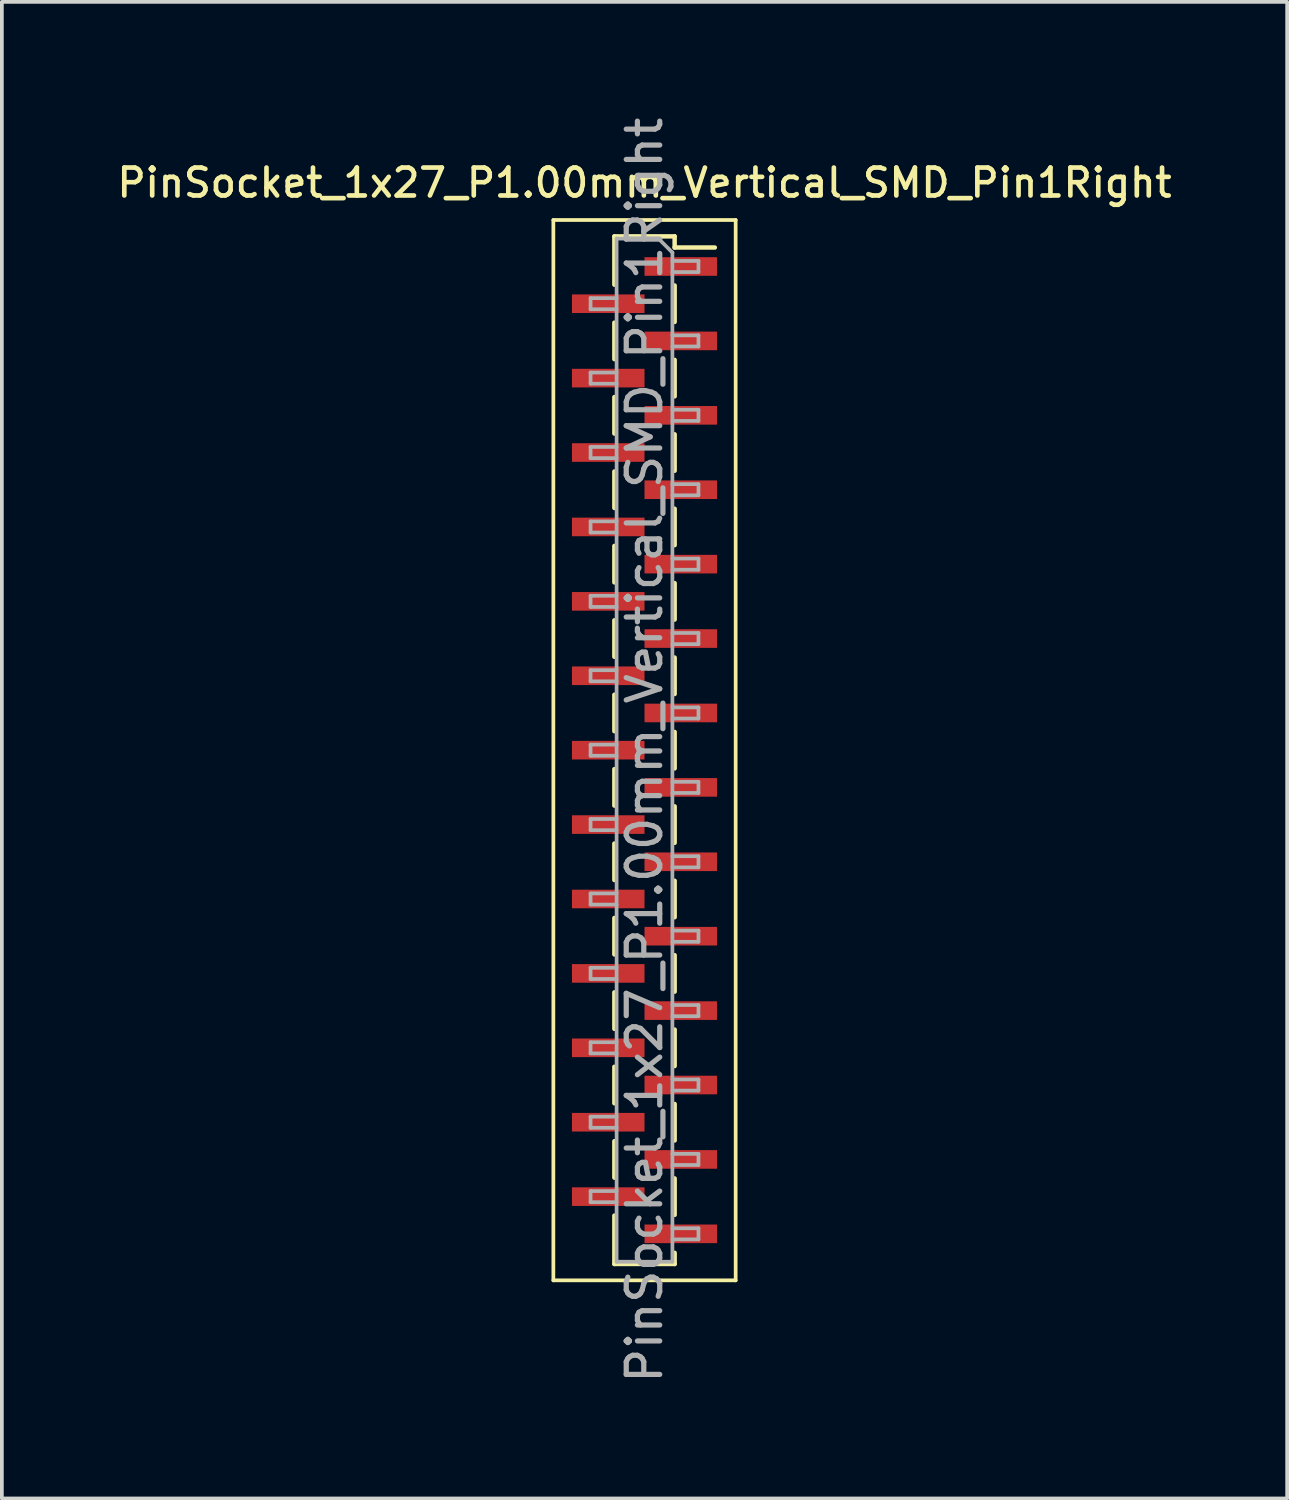
<source format=kicad_pcb>
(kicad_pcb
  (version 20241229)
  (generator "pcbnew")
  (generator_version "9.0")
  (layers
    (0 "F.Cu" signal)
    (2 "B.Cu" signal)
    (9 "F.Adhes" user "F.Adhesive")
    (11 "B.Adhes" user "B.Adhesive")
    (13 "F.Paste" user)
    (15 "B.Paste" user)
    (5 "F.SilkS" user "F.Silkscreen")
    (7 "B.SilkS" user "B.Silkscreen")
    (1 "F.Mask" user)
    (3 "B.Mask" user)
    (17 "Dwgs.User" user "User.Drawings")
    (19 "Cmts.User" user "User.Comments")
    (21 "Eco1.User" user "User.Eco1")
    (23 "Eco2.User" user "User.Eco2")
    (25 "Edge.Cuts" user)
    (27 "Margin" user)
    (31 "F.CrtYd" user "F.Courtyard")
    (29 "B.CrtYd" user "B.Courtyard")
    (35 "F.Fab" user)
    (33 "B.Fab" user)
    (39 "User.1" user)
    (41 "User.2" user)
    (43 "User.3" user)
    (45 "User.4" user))
  (footprint "PinSocket_1x27_P1.00mm_Vertical_SMD_Pin1Right"
    (layer "F.Cu")
    (at 14.273 17.113)
    (property "Reference" "PinSocket_1x27_P1.00mm_Vertical_SMD_Pin1Right" (at 0 -15.25 0) (layer "F.SilkS") (effects (font (size 0.75 0.75) (thickness 0.125))))
    (attr smd)
    (fp_line (start -2.45 -14.25) (end 2.45 -14.25) (stroke (width 0.1) (type solid)) (layer "F.SilkS"))
    (fp_line (start -2.45 14.25) (end -2.45 -14.25) (stroke (width 0.1) (type solid)) (layer "F.SilkS"))
    (fp_line (start -0.81 -13.81) (end -0.81 -12.51) (stroke (width 0.12) (type solid)) (layer "F.SilkS"))
    (fp_line (start -0.81 -13.81) (end 0.81 -13.81) (stroke (width 0.12) (type solid)) (layer "F.SilkS"))
    (fp_line (start -0.81 -11.49) (end -0.81 -10.51) (stroke (width 0.12) (type solid)) (layer "F.SilkS"))
    (fp_line (start -0.81 -9.49) (end -0.81 -8.51) (stroke (width 0.12) (type solid)) (layer "F.SilkS"))
    (fp_line (start -0.81 -7.49) (end -0.81 -6.51) (stroke (width 0.12) (type solid)) (layer "F.SilkS"))
    (fp_line (start -0.81 -5.49) (end -0.81 -4.51) (stroke (width 0.12) (type solid)) (layer "F.SilkS"))
    (fp_line (start -0.81 -3.49) (end -0.81 -2.51) (stroke (width 0.12) (type solid)) (layer "F.SilkS"))
    (fp_line (start -0.81 -1.49) (end -0.81 -0.51) (stroke (width 0.12) (type solid)) (layer "F.SilkS"))
    (fp_line (start -0.81 0.51) (end -0.81 1.49) (stroke (width 0.12) (type solid)) (layer "F.SilkS"))
    (fp_line (start -0.81 2.51) (end -0.81 3.49) (stroke (width 0.12) (type solid)) (layer "F.SilkS"))
    (fp_line (start -0.81 4.51) (end -0.81 5.49) (stroke (width 0.12) (type solid)) (layer "F.SilkS"))
    (fp_line (start -0.81 6.51) (end -0.81 7.49) (stroke (width 0.12) (type solid)) (layer "F.SilkS"))
    (fp_line (start -0.81 8.51) (end -0.81 9.49) (stroke (width 0.12) (type solid)) (layer "F.SilkS"))
    (fp_line (start -0.81 10.51) (end -0.81 11.49) (stroke (width 0.12) (type solid)) (layer "F.SilkS"))
    (fp_line (start -0.81 12.51) (end -0.81 13.81) (stroke (width 0.12) (type solid)) (layer "F.SilkS"))
    (fp_line (start -0.81 13.81) (end 0.81 13.81) (stroke (width 0.12) (type solid)) (layer "F.SilkS"))
    (fp_line (start 0.81 -13.81) (end 0.81 -13.51) (stroke (width 0.12) (type solid)) (layer "F.SilkS"))
    (fp_line (start 0.81 -13.51) (end 1.89 -13.51) (stroke (width 0.12) (type solid)) (layer "F.SilkS"))
    (fp_line (start 0.81 -12.49) (end 0.81 -11.51) (stroke (width 0.12) (type solid)) (layer "F.SilkS"))
    (fp_line (start 0.81 -10.49) (end 0.81 -9.51) (stroke (width 0.12) (type solid)) (layer "F.SilkS"))
    (fp_line (start 0.81 -8.49) (end 0.81 -7.51) (stroke (width 0.12) (type solid)) (layer "F.SilkS"))
    (fp_line (start 0.81 -6.49) (end 0.81 -5.51) (stroke (width 0.12) (type solid)) (layer "F.SilkS"))
    (fp_line (start 0.81 -4.49) (end 0.81 -3.51) (stroke (width 0.12) (type solid)) (layer "F.SilkS"))
    (fp_line (start 0.81 -2.49) (end 0.81 -1.51) (stroke (width 0.12) (type solid)) (layer "F.SilkS"))
    (fp_line (start 0.81 -0.49) (end 0.81 0.49) (stroke (width 0.12) (type solid)) (layer "F.SilkS"))
    (fp_line (start 0.81 1.51) (end 0.81 2.49) (stroke (width 0.12) (type solid)) (layer "F.SilkS"))
    (fp_line (start 0.81 3.51) (end 0.81 4.49) (stroke (width 0.12) (type solid)) (layer "F.SilkS"))
    (fp_line (start 0.81 5.51) (end 0.81 6.49) (stroke (width 0.12) (type solid)) (layer "F.SilkS"))
    (fp_line (start 0.81 7.51) (end 0.81 8.49) (stroke (width 0.12) (type solid)) (layer "F.SilkS"))
    (fp_line (start 0.81 9.51) (end 0.81 10.49) (stroke (width 0.12) (type solid)) (layer "F.SilkS"))
    (fp_line (start 0.81 11.51) (end 0.81 12.49) (stroke (width 0.12) (type solid)) (layer "F.SilkS"))
    (fp_line (start 0.81 13.51) (end 0.81 13.81) (stroke (width 0.12) (type solid)) (layer "F.SilkS"))
    (fp_line (start 2.45 -14.25) (end 2.45 14.25) (stroke (width 0.1) (type solid)) (layer "F.SilkS"))
    (fp_line (start 2.45 14.25) (end -2.45 14.25) (stroke (width 0.1) (type solid)) (layer "F.SilkS"))
    (fp_line (start -1.45 -12.15) (end -0.75 -12.15) (stroke (width 0.1) (type solid)) (layer "F.Fab"))
    (fp_line (start -1.45 -11.85) (end -1.45 -12.15) (stroke (width 0.1) (type solid)) (layer "F.Fab"))
    (fp_line (start -1.45 -10.15) (end -0.75 -10.15) (stroke (width 0.1) (type solid)) (layer "F.Fab"))
    (fp_line (start -1.45 -9.85) (end -1.45 -10.15) (stroke (width 0.1) (type solid)) (layer "F.Fab"))
    (fp_line (start -1.45 -8.15) (end -0.75 -8.15) (stroke (width 0.1) (type solid)) (layer "F.Fab"))
    (fp_line (start -1.45 -7.85) (end -1.45 -8.15) (stroke (width 0.1) (type solid)) (layer "F.Fab"))
    (fp_line (start -1.45 -6.15) (end -0.75 -6.15) (stroke (width 0.1) (type solid)) (layer "F.Fab"))
    (fp_line (start -1.45 -5.85) (end -1.45 -6.15) (stroke (width 0.1) (type solid)) (layer "F.Fab"))
    (fp_line (start -1.45 -4.15) (end -0.75 -4.15) (stroke (width 0.1) (type solid)) (layer "F.Fab"))
    (fp_line (start -1.45 -3.85) (end -1.45 -4.15) (stroke (width 0.1) (type solid)) (layer "F.Fab"))
    (fp_line (start -1.45 -2.15) (end -0.75 -2.15) (stroke (width 0.1) (type solid)) (layer "F.Fab"))
    (fp_line (start -1.45 -1.85) (end -1.45 -2.15) (stroke (width 0.1) (type solid)) (layer "F.Fab"))
    (fp_line (start -1.45 -0.15) (end -0.75 -0.15) (stroke (width 0.1) (type solid)) (layer "F.Fab"))
    (fp_line (start -1.45 0.15) (end -1.45 -0.15) (stroke (width 0.1) (type solid)) (layer "F.Fab"))
    (fp_line (start -1.45 1.85) (end -0.75 1.85) (stroke (width 0.1) (type solid)) (layer "F.Fab"))
    (fp_line (start -1.45 2.15) (end -1.45 1.85) (stroke (width 0.1) (type solid)) (layer "F.Fab"))
    (fp_line (start -1.45 3.85) (end -0.75 3.85) (stroke (width 0.1) (type solid)) (layer "F.Fab"))
    (fp_line (start -1.45 4.15) (end -1.45 3.85) (stroke (width 0.1) (type solid)) (layer "F.Fab"))
    (fp_line (start -1.45 5.85) (end -0.75 5.85) (stroke (width 0.1) (type solid)) (layer "F.Fab"))
    (fp_line (start -1.45 6.15) (end -1.45 5.85) (stroke (width 0.1) (type solid)) (layer "F.Fab"))
    (fp_line (start -1.45 7.85) (end -0.75 7.85) (stroke (width 0.1) (type solid)) (layer "F.Fab"))
    (fp_line (start -1.45 8.15) (end -1.45 7.85) (stroke (width 0.1) (type solid)) (layer "F.Fab"))
    (fp_line (start -1.45 9.85) (end -0.75 9.85) (stroke (width 0.1) (type solid)) (layer "F.Fab"))
    (fp_line (start -1.45 10.15) (end -1.45 9.85) (stroke (width 0.1) (type solid)) (layer "F.Fab"))
    (fp_line (start -1.45 11.85) (end -0.75 11.85) (stroke (width 0.1) (type solid)) (layer "F.Fab"))
    (fp_line (start -1.45 12.15) (end -1.45 11.85) (stroke (width 0.1) (type solid)) (layer "F.Fab"))
    (fp_line (start -0.75 -13.75) (end 0.375 -13.75) (stroke (width 0.1) (type solid)) (layer "F.Fab"))
    (fp_line (start -0.75 -11.85) (end -1.45 -11.85) (stroke (width 0.1) (type solid)) (layer "F.Fab"))
    (fp_line (start -0.75 -9.85) (end -1.45 -9.85) (stroke (width 0.1) (type solid)) (layer "F.Fab"))
    (fp_line (start -0.75 -7.85) (end -1.45 -7.85) (stroke (width 0.1) (type solid)) (layer "F.Fab"))
    (fp_line (start -0.75 -5.85) (end -1.45 -5.85) (stroke (width 0.1) (type solid)) (layer "F.Fab"))
    (fp_line (start -0.75 -3.85) (end -1.45 -3.85) (stroke (width 0.1) (type solid)) (layer "F.Fab"))
    (fp_line (start -0.75 -1.85) (end -1.45 -1.85) (stroke (width 0.1) (type solid)) (layer "F.Fab"))
    (fp_line (start -0.75 0.15) (end -1.45 0.15) (stroke (width 0.1) (type solid)) (layer "F.Fab"))
    (fp_line (start -0.75 2.15) (end -1.45 2.15) (stroke (width 0.1) (type solid)) (layer "F.Fab"))
    (fp_line (start -0.75 4.15) (end -1.45 4.15) (stroke (width 0.1) (type solid)) (layer "F.Fab"))
    (fp_line (start -0.75 6.15) (end -1.45 6.15) (stroke (width 0.1) (type solid)) (layer "F.Fab"))
    (fp_line (start -0.75 8.15) (end -1.45 8.15) (stroke (width 0.1) (type solid)) (layer "F.Fab"))
    (fp_line (start -0.75 10.15) (end -1.45 10.15) (stroke (width 0.1) (type solid)) (layer "F.Fab"))
    (fp_line (start -0.75 12.15) (end -1.45 12.15) (stroke (width 0.1) (type solid)) (layer "F.Fab"))
    (fp_line (start -0.75 13.75) (end -0.75 -13.75) (stroke (width 0.1) (type solid)) (layer "F.Fab"))
    (fp_line (start 0.375 -13.75) (end 0.75 -13.375) (stroke (width 0.1) (type solid)) (layer "F.Fab"))
    (fp_line (start 0.75 -13.375) (end 0.75 13.75) (stroke (width 0.1) (type solid)) (layer "F.Fab"))
    (fp_line (start 0.75 -13.15) (end 1.45 -13.15) (stroke (width 0.1) (type solid)) (layer "F.Fab"))
    (fp_line (start 0.75 -11.15) (end 1.45 -11.15) (stroke (width 0.1) (type solid)) (layer "F.Fab"))
    (fp_line (start 0.75 -9.15) (end 1.45 -9.15) (stroke (width 0.1) (type solid)) (layer "F.Fab"))
    (fp_line (start 0.75 -7.15) (end 1.45 -7.15) (stroke (width 0.1) (type solid)) (layer "F.Fab"))
    (fp_line (start 0.75 -5.15) (end 1.45 -5.15) (stroke (width 0.1) (type solid)) (layer "F.Fab"))
    (fp_line (start 0.75 -3.15) (end 1.45 -3.15) (stroke (width 0.1) (type solid)) (layer "F.Fab"))
    (fp_line (start 0.75 -1.15) (end 1.45 -1.15) (stroke (width 0.1) (type solid)) (layer "F.Fab"))
    (fp_line (start 0.75 0.85) (end 1.45 0.85) (stroke (width 0.1) (type solid)) (layer "F.Fab"))
    (fp_line (start 0.75 2.85) (end 1.45 2.85) (stroke (width 0.1) (type solid)) (layer "F.Fab"))
    (fp_line (start 0.75 4.85) (end 1.45 4.85) (stroke (width 0.1) (type solid)) (layer "F.Fab"))
    (fp_line (start 0.75 6.85) (end 1.45 6.85) (stroke (width 0.1) (type solid)) (layer "F.Fab"))
    (fp_line (start 0.75 8.85) (end 1.45 8.85) (stroke (width 0.1) (type solid)) (layer "F.Fab"))
    (fp_line (start 0.75 10.85) (end 1.45 10.85) (stroke (width 0.1) (type solid)) (layer "F.Fab"))
    (fp_line (start 0.75 12.85) (end 1.45 12.85) (stroke (width 0.1) (type solid)) (layer "F.Fab"))
    (fp_line (start 0.75 13.75) (end -0.75 13.75) (stroke (width 0.1) (type solid)) (layer "F.Fab"))
    (fp_line (start 1.45 -13.15) (end 1.45 -12.85) (stroke (width 0.1) (type solid)) (layer "F.Fab"))
    (fp_line (start 1.45 -12.85) (end 0.75 -12.85) (stroke (width 0.1) (type solid)) (layer "F.Fab"))
    (fp_line (start 1.45 -11.15) (end 1.45 -10.85) (stroke (width 0.1) (type solid)) (layer "F.Fab"))
    (fp_line (start 1.45 -10.85) (end 0.75 -10.85) (stroke (width 0.1) (type solid)) (layer "F.Fab"))
    (fp_line (start 1.45 -9.15) (end 1.45 -8.85) (stroke (width 0.1) (type solid)) (layer "F.Fab"))
    (fp_line (start 1.45 -8.85) (end 0.75 -8.85) (stroke (width 0.1) (type solid)) (layer "F.Fab"))
    (fp_line (start 1.45 -7.15) (end 1.45 -6.85) (stroke (width 0.1) (type solid)) (layer "F.Fab"))
    (fp_line (start 1.45 -6.85) (end 0.75 -6.85) (stroke (width 0.1) (type solid)) (layer "F.Fab"))
    (fp_line (start 1.45 -5.15) (end 1.45 -4.85) (stroke (width 0.1) (type solid)) (layer "F.Fab"))
    (fp_line (start 1.45 -4.85) (end 0.75 -4.85) (stroke (width 0.1) (type solid)) (layer "F.Fab"))
    (fp_line (start 1.45 -3.15) (end 1.45 -2.85) (stroke (width 0.1) (type solid)) (layer "F.Fab"))
    (fp_line (start 1.45 -2.85) (end 0.75 -2.85) (stroke (width 0.1) (type solid)) (layer "F.Fab"))
    (fp_line (start 1.45 -1.15) (end 1.45 -0.85) (stroke (width 0.1) (type solid)) (layer "F.Fab"))
    (fp_line (start 1.45 -0.85) (end 0.75 -0.85) (stroke (width 0.1) (type solid)) (layer "F.Fab"))
    (fp_line (start 1.45 0.85) (end 1.45 1.15) (stroke (width 0.1) (type solid)) (layer "F.Fab"))
    (fp_line (start 1.45 1.15) (end 0.75 1.15) (stroke (width 0.1) (type solid)) (layer "F.Fab"))
    (fp_line (start 1.45 2.85) (end 1.45 3.15) (stroke (width 0.1) (type solid)) (layer "F.Fab"))
    (fp_line (start 1.45 3.15) (end 0.75 3.15) (stroke (width 0.1) (type solid)) (layer "F.Fab"))
    (fp_line (start 1.45 4.85) (end 1.45 5.15) (stroke (width 0.1) (type solid)) (layer "F.Fab"))
    (fp_line (start 1.45 5.15) (end 0.75 5.15) (stroke (width 0.1) (type solid)) (layer "F.Fab"))
    (fp_line (start 1.45 6.85) (end 1.45 7.15) (stroke (width 0.1) (type solid)) (layer "F.Fab"))
    (fp_line (start 1.45 7.15) (end 0.75 7.15) (stroke (width 0.1) (type solid)) (layer "F.Fab"))
    (fp_line (start 1.45 8.85) (end 1.45 9.15) (stroke (width 0.1) (type solid)) (layer "F.Fab"))
    (fp_line (start 1.45 9.15) (end 0.75 9.15) (stroke (width 0.1) (type solid)) (layer "F.Fab"))
    (fp_line (start 1.45 10.85) (end 1.45 11.15) (stroke (width 0.1) (type solid)) (layer "F.Fab"))
    (fp_line (start 1.45 11.15) (end 0.75 11.15) (stroke (width 0.1) (type solid)) (layer "F.Fab"))
    (fp_line (start 1.45 12.85) (end 1.45 13.15) (stroke (width 0.1) (type solid)) (layer "F.Fab"))
    (fp_line (start 1.45 13.15) (end 0.75 13.15) (stroke (width 0.1) (type solid)) (layer "F.Fab"))
    (fp_text user "${REFERENCE}" (at 0 0 90) (layer "F.Fab") (effects (font (size 0.9 0.9) (thickness 0.14))))
    (pad "1" smd rect (at 0.975 -13) (size 1.95 0.5) (layers "F.Cu" "F.Mask" "F.Paste"))
    (pad "2" smd rect (at -0.975 -12) (size 1.95 0.5) (layers "F.Cu" "F.Mask" "F.Paste"))
    (pad "3" smd rect (at 0.975 -11) (size 1.95 0.5) (layers "F.Cu" "F.Mask" "F.Paste"))
    (pad "4" smd rect (at -0.975 -10) (size 1.95 0.5) (layers "F.Cu" "F.Mask" "F.Paste"))
    (pad "5" smd rect (at 0.975 -9) (size 1.95 0.5) (layers "F.Cu" "F.Mask" "F.Paste"))
    (pad "6" smd rect (at -0.975 -8) (size 1.95 0.5) (layers "F.Cu" "F.Mask" "F.Paste"))
    (pad "7" smd rect (at 0.975 -7) (size 1.95 0.5) (layers "F.Cu" "F.Mask" "F.Paste"))
    (pad "8" smd rect (at -0.975 -6) (size 1.95 0.5) (layers "F.Cu" "F.Mask" "F.Paste"))
    (pad "9" smd rect (at 0.975 -5) (size 1.95 0.5) (layers "F.Cu" "F.Mask" "F.Paste"))
    (pad "10" smd rect (at -0.975 -4) (size 1.95 0.5) (layers "F.Cu" "F.Mask" "F.Paste"))
    (pad "11" smd rect (at 0.975 -3) (size 1.95 0.5) (layers "F.Cu" "F.Mask" "F.Paste"))
    (pad "12" smd rect (at -0.975 -2) (size 1.95 0.5) (layers "F.Cu" "F.Mask" "F.Paste"))
    (pad "13" smd rect (at 0.975 -1) (size 1.95 0.5) (layers "F.Cu" "F.Mask" "F.Paste"))
    (pad "14" smd rect (at -0.975 0) (size 1.95 0.5) (layers "F.Cu" "F.Mask" "F.Paste"))
    (pad "15" smd rect (at 0.975 1) (size 1.95 0.5) (layers "F.Cu" "F.Mask" "F.Paste"))
    (pad "16" smd rect (at -0.975 2) (size 1.95 0.5) (layers "F.Cu" "F.Mask" "F.Paste"))
    (pad "17" smd rect (at 0.975 3) (size 1.95 0.5) (layers "F.Cu" "F.Mask" "F.Paste"))
    (pad "18" smd rect (at -0.975 4) (size 1.95 0.5) (layers "F.Cu" "F.Mask" "F.Paste"))
    (pad "19" smd rect (at 0.975 5) (size 1.95 0.5) (layers "F.Cu" "F.Mask" "F.Paste"))
    (pad "20" smd rect (at -0.975 6) (size 1.95 0.5) (layers "F.Cu" "F.Mask" "F.Paste"))
    (pad "21" smd rect (at 0.975 7) (size 1.95 0.5) (layers "F.Cu" "F.Mask" "F.Paste"))
    (pad "22" smd rect (at -0.975 8) (size 1.95 0.5) (layers "F.Cu" "F.Mask" "F.Paste"))
    (pad "23" smd rect (at 0.975 9) (size 1.95 0.5) (layers "F.Cu" "F.Mask" "F.Paste"))
    (pad "24" smd rect (at -0.975 10) (size 1.95 0.5) (layers "F.Cu" "F.Mask" "F.Paste"))
    (pad "25" smd rect (at 0.975 11) (size 1.95 0.5) (layers "F.Cu" "F.Mask" "F.Paste"))
    (pad "26" smd rect (at -0.975 12) (size 1.95 0.5) (layers "F.Cu" "F.Mask" "F.Paste"))
    (pad "27" smd rect (at 0.975 13) (size 1.95 0.5) (layers "F.Cu" "F.Mask" "F.Paste")))
  (gr_rect
    (start -3 -3)
    (end 31.546 37.226)
    (stroke (width 0.1) (type default))
    (fill no)
    (layer "Edge.Cuts")))
</source>
